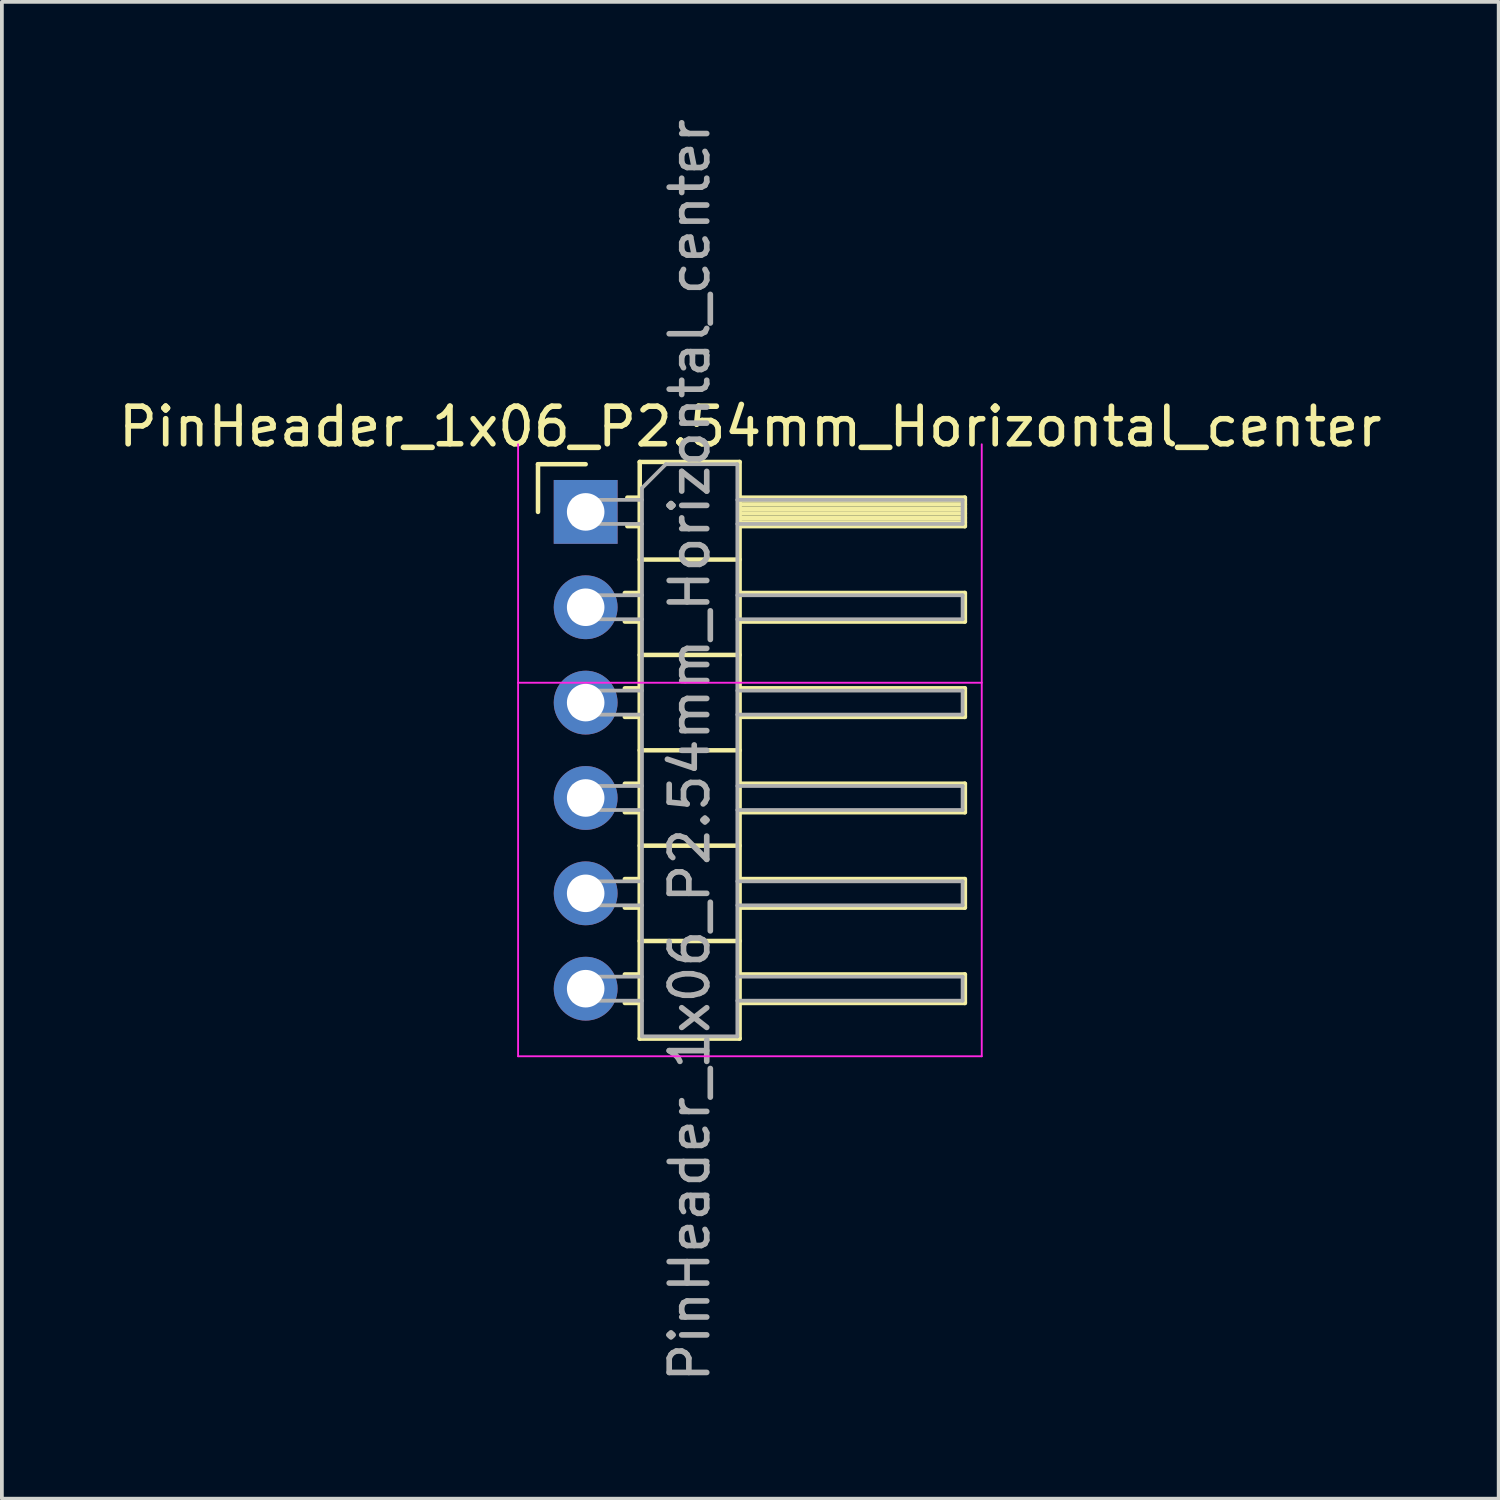
<source format=kicad_pcb>
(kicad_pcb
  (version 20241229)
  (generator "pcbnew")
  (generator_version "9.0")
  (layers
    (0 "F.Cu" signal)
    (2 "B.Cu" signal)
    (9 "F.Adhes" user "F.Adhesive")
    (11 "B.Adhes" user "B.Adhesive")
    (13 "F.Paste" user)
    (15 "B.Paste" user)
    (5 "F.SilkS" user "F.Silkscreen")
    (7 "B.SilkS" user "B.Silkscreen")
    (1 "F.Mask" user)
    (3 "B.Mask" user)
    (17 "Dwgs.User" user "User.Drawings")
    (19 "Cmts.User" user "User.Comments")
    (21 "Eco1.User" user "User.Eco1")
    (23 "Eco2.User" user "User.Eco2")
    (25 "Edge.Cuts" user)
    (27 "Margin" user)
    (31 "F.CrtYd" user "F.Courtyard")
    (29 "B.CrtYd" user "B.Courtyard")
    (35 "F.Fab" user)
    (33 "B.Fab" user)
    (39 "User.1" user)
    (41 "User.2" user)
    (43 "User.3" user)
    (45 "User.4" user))
  (footprint "PinHeader_1x06_P2.54mm_Horizontal_center"
    (layer "F.Cu")
    (at 12.55 16.935)
    (property "Reference" "PinHeader_1x06_P2.54mm_Horizontal_center" (at 4.385 -8.62 0) (layer "F.SilkS") (effects (font (size 1 1) (thickness 0.15))))
    (attr through_hole)
    (fp_line (start -1.27 -7.62) (end 0 -7.62) (stroke (width 0.12) (type solid)) (layer "F.SilkS"))
    (fp_line (start -1.27 -6.35) (end -1.27 -7.62) (stroke (width 0.12) (type solid)) (layer "F.SilkS"))
    (fp_line (start 1.043 -4.19) (end 1.44 -4.19) (stroke (width 0.12) (type solid)) (layer "F.SilkS"))
    (fp_line (start 1.043 -3.43) (end 1.44 -3.43) (stroke (width 0.12) (type solid)) (layer "F.SilkS"))
    (fp_line (start 1.043 -1.65) (end 1.44 -1.65) (stroke (width 0.12) (type solid)) (layer "F.SilkS"))
    (fp_line (start 1.043 -0.89) (end 1.44 -0.89) (stroke (width 0.12) (type solid)) (layer "F.SilkS"))
    (fp_line (start 1.043 0.89) (end 1.44 0.89) (stroke (width 0.12) (type solid)) (layer "F.SilkS"))
    (fp_line (start 1.043 1.65) (end 1.44 1.65) (stroke (width 0.12) (type solid)) (layer "F.SilkS"))
    (fp_line (start 1.043 3.43) (end 1.44 3.43) (stroke (width 0.12) (type solid)) (layer "F.SilkS"))
    (fp_line (start 1.043 4.19) (end 1.44 4.19) (stroke (width 0.12) (type solid)) (layer "F.SilkS"))
    (fp_line (start 1.043 5.97) (end 1.44 5.97) (stroke (width 0.12) (type solid)) (layer "F.SilkS"))
    (fp_line (start 1.043 6.73) (end 1.44 6.73) (stroke (width 0.12) (type solid)) (layer "F.SilkS"))
    (fp_line (start 1.11 -6.73) (end 1.44 -6.73) (stroke (width 0.12) (type solid)) (layer "F.SilkS"))
    (fp_line (start 1.11 -5.97) (end 1.44 -5.97) (stroke (width 0.12) (type solid)) (layer "F.SilkS"))
    (fp_line (start 1.44 -7.68) (end 1.44 7.68) (stroke (width 0.12) (type solid)) (layer "F.SilkS"))
    (fp_line (start 1.44 -5.08) (end 4.1 -5.08) (stroke (width 0.12) (type solid)) (layer "F.SilkS"))
    (fp_line (start 1.44 -2.54) (end 4.1 -2.54) (stroke (width 0.12) (type solid)) (layer "F.SilkS"))
    (fp_line (start 1.44 0) (end 4.1 0) (stroke (width 0.12) (type solid)) (layer "F.SilkS"))
    (fp_line (start 1.44 2.54) (end 4.1 2.54) (stroke (width 0.12) (type solid)) (layer "F.SilkS"))
    (fp_line (start 1.44 5.08) (end 4.1 5.08) (stroke (width 0.12) (type solid)) (layer "F.SilkS"))
    (fp_line (start 1.44 7.68) (end 4.1 7.68) (stroke (width 0.12) (type solid)) (layer "F.SilkS"))
    (fp_line (start 4.1 -7.68) (end 1.44 -7.68) (stroke (width 0.12) (type solid)) (layer "F.SilkS"))
    (fp_line (start 4.1 -6.73) (end 10.1 -6.73) (stroke (width 0.12) (type solid)) (layer "F.SilkS"))
    (fp_line (start 4.1 -6.67) (end 10.1 -6.67) (stroke (width 0.12) (type solid)) (layer "F.SilkS"))
    (fp_line (start 4.1 -6.55) (end 10.1 -6.55) (stroke (width 0.12) (type solid)) (layer "F.SilkS"))
    (fp_line (start 4.1 -6.43) (end 10.1 -6.43) (stroke (width 0.12) (type solid)) (layer "F.SilkS"))
    (fp_line (start 4.1 -6.31) (end 10.1 -6.31) (stroke (width 0.12) (type solid)) (layer "F.SilkS"))
    (fp_line (start 4.1 -6.19) (end 10.1 -6.19) (stroke (width 0.12) (type solid)) (layer "F.SilkS"))
    (fp_line (start 4.1 -6.07) (end 10.1 -6.07) (stroke (width 0.12) (type solid)) (layer "F.SilkS"))
    (fp_line (start 4.1 -4.19) (end 10.1 -4.19) (stroke (width 0.12) (type solid)) (layer "F.SilkS"))
    (fp_line (start 4.1 -1.65) (end 10.1 -1.65) (stroke (width 0.12) (type solid)) (layer "F.SilkS"))
    (fp_line (start 4.1 0.89) (end 10.1 0.89) (stroke (width 0.12) (type solid)) (layer "F.SilkS"))
    (fp_line (start 4.1 3.43) (end 10.1 3.43) (stroke (width 0.12) (type solid)) (layer "F.SilkS"))
    (fp_line (start 4.1 5.97) (end 10.1 5.97) (stroke (width 0.12) (type solid)) (layer "F.SilkS"))
    (fp_line (start 4.1 7.68) (end 4.1 -7.68) (stroke (width 0.12) (type solid)) (layer "F.SilkS"))
    (fp_line (start 10.1 -6.73) (end 10.1 -5.97) (stroke (width 0.12) (type solid)) (layer "F.SilkS"))
    (fp_line (start 10.1 -5.97) (end 4.1 -5.97) (stroke (width 0.12) (type solid)) (layer "F.SilkS"))
    (fp_line (start 10.1 -4.19) (end 10.1 -3.43) (stroke (width 0.12) (type solid)) (layer "F.SilkS"))
    (fp_line (start 10.1 -3.43) (end 4.1 -3.43) (stroke (width 0.12) (type solid)) (layer "F.SilkS"))
    (fp_line (start 10.1 -1.65) (end 10.1 -0.89) (stroke (width 0.12) (type solid)) (layer "F.SilkS"))
    (fp_line (start 10.1 -0.89) (end 4.1 -0.89) (stroke (width 0.12) (type solid)) (layer "F.SilkS"))
    (fp_line (start 10.1 0.89) (end 10.1 1.65) (stroke (width 0.12) (type solid)) (layer "F.SilkS"))
    (fp_line (start 10.1 1.65) (end 4.1 1.65) (stroke (width 0.12) (type solid)) (layer "F.SilkS"))
    (fp_line (start 10.1 3.43) (end 10.1 4.19) (stroke (width 0.12) (type solid)) (layer "F.SilkS"))
    (fp_line (start 10.1 4.19) (end 4.1 4.19) (stroke (width 0.12) (type solid)) (layer "F.SilkS"))
    (fp_line (start 10.1 5.97) (end 10.1 6.73) (stroke (width 0.12) (type solid)) (layer "F.SilkS"))
    (fp_line (start 10.1 6.73) (end 4.1 6.73) (stroke (width 0.12) (type solid)) (layer "F.SilkS"))
    (fp_line (start -1.8 -8.15) (end -1.8 8.15) (stroke (width 0.05) (type solid)) (layer "F.CrtYd"))
    (fp_line (start -1.8 8.15) (end 10.55 8.15) (stroke (width 0.05) (type solid)) (layer "F.CrtYd"))
    (fp_line (start 10.55 -1.8) (end -1.8 -1.8) (stroke (width 0.05) (type solid)) (layer "F.CrtYd"))
    (fp_line (start 10.55 8.15) (end 10.55 -8.15) (stroke (width 0.05) (type solid)) (layer "F.CrtYd"))
    (fp_line (start -0.32 -6.67) (end -0.32 -6.03) (stroke (width 0.1) (type solid)) (layer "F.Fab"))
    (fp_line (start -0.32 -6.67) (end 1.5 -6.67) (stroke (width 0.1) (type solid)) (layer "F.Fab"))
    (fp_line (start -0.32 -6.03) (end 1.5 -6.03) (stroke (width 0.1) (type solid)) (layer "F.Fab"))
    (fp_line (start -0.32 -4.13) (end -0.32 -3.49) (stroke (width 0.1) (type solid)) (layer "F.Fab"))
    (fp_line (start -0.32 -4.13) (end 1.5 -4.13) (stroke (width 0.1) (type solid)) (layer "F.Fab"))
    (fp_line (start -0.32 -3.49) (end 1.5 -3.49) (stroke (width 0.1) (type solid)) (layer "F.Fab"))
    (fp_line (start -0.32 -1.59) (end -0.32 -0.95) (stroke (width 0.1) (type solid)) (layer "F.Fab"))
    (fp_line (start -0.32 -1.59) (end 1.5 -1.59) (stroke (width 0.1) (type solid)) (layer "F.Fab"))
    (fp_line (start -0.32 -0.95) (end 1.5 -0.95) (stroke (width 0.1) (type solid)) (layer "F.Fab"))
    (fp_line (start -0.32 0.95) (end -0.32 1.59) (stroke (width 0.1) (type solid)) (layer "F.Fab"))
    (fp_line (start -0.32 0.95) (end 1.5 0.95) (stroke (width 0.1) (type solid)) (layer "F.Fab"))
    (fp_line (start -0.32 1.59) (end 1.5 1.59) (stroke (width 0.1) (type solid)) (layer "F.Fab"))
    (fp_line (start -0.32 3.49) (end -0.32 4.13) (stroke (width 0.1) (type solid)) (layer "F.Fab"))
    (fp_line (start -0.32 3.49) (end 1.5 3.49) (stroke (width 0.1) (type solid)) (layer "F.Fab"))
    (fp_line (start -0.32 4.13) (end 1.5 4.13) (stroke (width 0.1) (type solid)) (layer "F.Fab"))
    (fp_line (start -0.32 6.03) (end -0.32 6.67) (stroke (width 0.1) (type solid)) (layer "F.Fab"))
    (fp_line (start -0.32 6.03) (end 1.5 6.03) (stroke (width 0.1) (type solid)) (layer "F.Fab"))
    (fp_line (start -0.32 6.67) (end 1.5 6.67) (stroke (width 0.1) (type solid)) (layer "F.Fab"))
    (fp_line (start 1.5 -6.985) (end 2.135 -7.62) (stroke (width 0.1) (type solid)) (layer "F.Fab"))
    (fp_line (start 1.5 7.62) (end 1.5 -6.985) (stroke (width 0.1) (type solid)) (layer "F.Fab"))
    (fp_line (start 2.135 -7.62) (end 4.04 -7.62) (stroke (width 0.1) (type solid)) (layer "F.Fab"))
    (fp_line (start 4.04 -7.62) (end 4.04 7.62) (stroke (width 0.1) (type solid)) (layer "F.Fab"))
    (fp_line (start 4.04 -6.67) (end 10.04 -6.67) (stroke (width 0.1) (type solid)) (layer "F.Fab"))
    (fp_line (start 4.04 -6.03) (end 10.04 -6.03) (stroke (width 0.1) (type solid)) (layer "F.Fab"))
    (fp_line (start 4.04 -4.13) (end 10.04 -4.13) (stroke (width 0.1) (type solid)) (layer "F.Fab"))
    (fp_line (start 4.04 -3.49) (end 10.04 -3.49) (stroke (width 0.1) (type solid)) (layer "F.Fab"))
    (fp_line (start 4.04 -1.59) (end 10.04 -1.59) (stroke (width 0.1) (type solid)) (layer "F.Fab"))
    (fp_line (start 4.04 -0.95) (end 10.04 -0.95) (stroke (width 0.1) (type solid)) (layer "F.Fab"))
    (fp_line (start 4.04 0.95) (end 10.04 0.95) (stroke (width 0.1) (type solid)) (layer "F.Fab"))
    (fp_line (start 4.04 1.59) (end 10.04 1.59) (stroke (width 0.1) (type solid)) (layer "F.Fab"))
    (fp_line (start 4.04 3.49) (end 10.04 3.49) (stroke (width 0.1) (type solid)) (layer "F.Fab"))
    (fp_line (start 4.04 4.13) (end 10.04 4.13) (stroke (width 0.1) (type solid)) (layer "F.Fab"))
    (fp_line (start 4.04 6.03) (end 10.04 6.03) (stroke (width 0.1) (type solid)) (layer "F.Fab"))
    (fp_line (start 4.04 6.67) (end 10.04 6.67) (stroke (width 0.1) (type solid)) (layer "F.Fab"))
    (fp_line (start 4.04 7.62) (end 1.5 7.62) (stroke (width 0.1) (type solid)) (layer "F.Fab"))
    (fp_line (start 10.04 -6.67) (end 10.04 -6.03) (stroke (width 0.1) (type solid)) (layer "F.Fab"))
    (fp_line (start 10.04 -4.13) (end 10.04 -3.49) (stroke (width 0.1) (type solid)) (layer "F.Fab"))
    (fp_line (start 10.04 -1.59) (end 10.04 -0.95) (stroke (width 0.1) (type solid)) (layer "F.Fab"))
    (fp_line (start 10.04 0.95) (end 10.04 1.59) (stroke (width 0.1) (type solid)) (layer "F.Fab"))
    (fp_line (start 10.04 3.49) (end 10.04 4.13) (stroke (width 0.1) (type solid)) (layer "F.Fab"))
    (fp_line (start 10.04 6.03) (end 10.04 6.67) (stroke (width 0.1) (type solid)) (layer "F.Fab"))
    (fp_text user "${REFERENCE}" (at 2.77 0 90) (layer "F.Fab") (effects (font (size 1 1) (thickness 0.15))))
    (pad "1" thru_hole rect (at 0 -6.35) (size 1.7 1.7) (drill 1) (layers "*.Cu" "*.Mask"))
    (pad "2" thru_hole oval (at 0 -3.81) (size 1.7 1.7) (drill 1) (layers "*.Cu" "*.Mask"))
    (pad "3" thru_hole oval (at 0 -1.27) (size 1.7 1.7) (drill 1) (layers "*.Cu" "*.Mask"))
    (pad "4" thru_hole oval (at 0 1.27) (size 1.7 1.7) (drill 1) (layers "*.Cu" "*.Mask"))
    (pad "5" thru_hole oval (at 0 3.81) (size 1.7 1.7) (drill 1) (layers "*.Cu" "*.Mask"))
    (pad "6" thru_hole oval (at 0 6.35) (size 1.7 1.7) (drill 1) (layers "*.Cu" "*.Mask")))
  (gr_rect
    (start -3 -3)
    (end 36.869 36.869)
    (stroke (width 0.1) (type default))
    (fill no)
    (layer "Edge.Cuts")))
</source>
